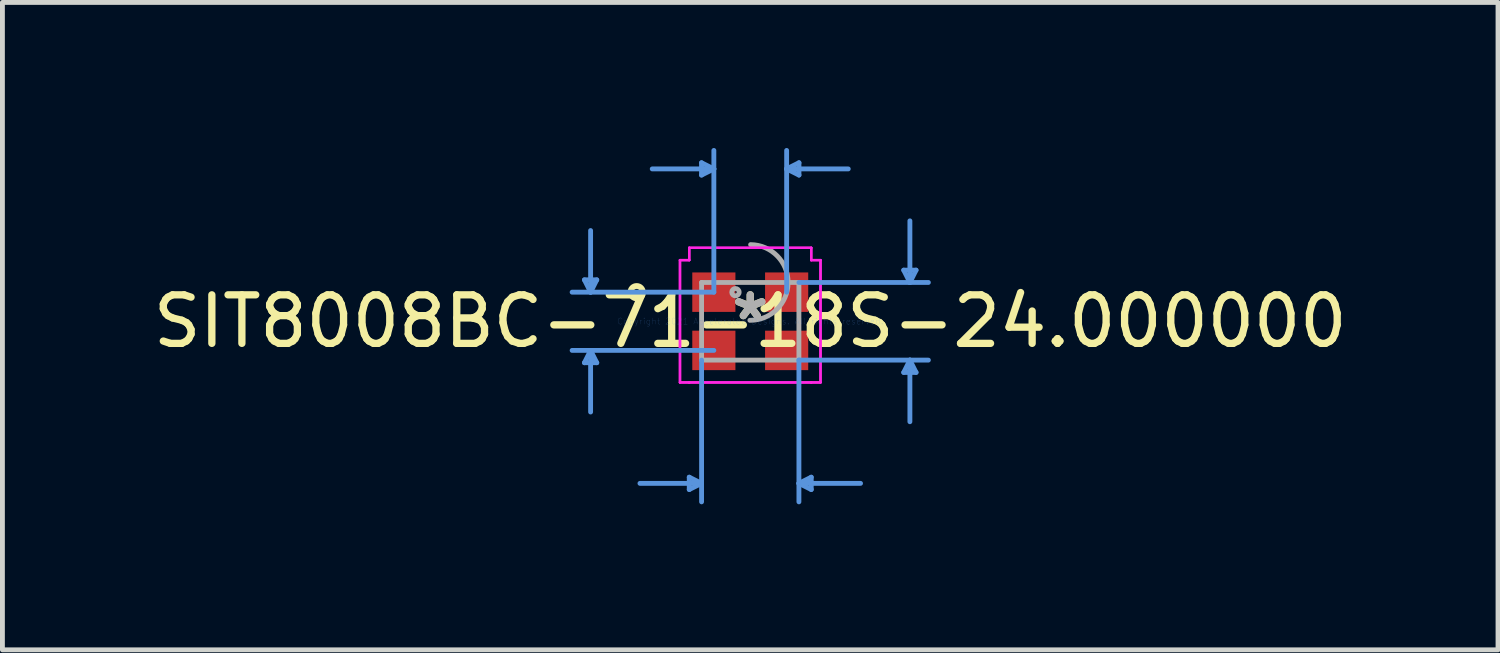
<source format=kicad_pcb>
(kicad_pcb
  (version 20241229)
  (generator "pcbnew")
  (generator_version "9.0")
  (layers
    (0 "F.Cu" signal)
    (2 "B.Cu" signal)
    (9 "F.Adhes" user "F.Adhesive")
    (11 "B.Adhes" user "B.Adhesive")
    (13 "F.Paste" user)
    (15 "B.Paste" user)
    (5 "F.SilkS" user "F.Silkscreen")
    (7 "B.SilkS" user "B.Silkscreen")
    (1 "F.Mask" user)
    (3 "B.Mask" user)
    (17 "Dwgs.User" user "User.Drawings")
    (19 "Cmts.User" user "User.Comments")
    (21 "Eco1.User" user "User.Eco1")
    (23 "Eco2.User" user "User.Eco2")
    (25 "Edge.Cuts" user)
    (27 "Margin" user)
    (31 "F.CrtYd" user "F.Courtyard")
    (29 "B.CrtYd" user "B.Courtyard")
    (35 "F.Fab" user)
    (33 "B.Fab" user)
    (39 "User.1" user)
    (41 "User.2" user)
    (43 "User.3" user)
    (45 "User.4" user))
  (footprint "SIT8008BC-71-18S-24.000000"
    (layer "F.Cu")
    (at 12.411 3.571)
    (property "Reference" "SIT8008BC-71-18S-24.000000" (at 0 0 0) (layer "F.SilkS") (effects (font (size 1 1) (thickness 0.15))))
    (attr through_hole)
    (fp_circle (center -2.341 -0.6) (end -2.214 -0.6) (stroke (width 0.12) (type solid)) (fill no) (layer "F.SilkS"))
    (fp_line (start -3.417 -0.854) (end -3.163 -0.854) (stroke (width 0.1) (type solid)) (layer "Cmts.User"))
    (fp_line (start -3.417 0.854) (end -3.163 0.854) (stroke (width 0.1) (type solid)) (layer "Cmts.User"))
    (fp_line (start -3.29 -0.6) (end -3.417 -0.854) (stroke (width 0.1) (type solid)) (layer "Cmts.User"))
    (fp_line (start -3.29 -0.6) (end -3.29 -1.87) (stroke (width 0.1) (type solid)) (layer "Cmts.User"))
    (fp_line (start -3.29 -0.6) (end -3.163 -0.854) (stroke (width 0.1) (type solid)) (layer "Cmts.User"))
    (fp_line (start -3.29 0.6) (end -3.417 0.854) (stroke (width 0.1) (type solid)) (layer "Cmts.User"))
    (fp_line (start -3.29 0.6) (end -3.29 1.87) (stroke (width 0.1) (type solid)) (layer "Cmts.User"))
    (fp_line (start -3.29 0.6) (end -3.163 0.854) (stroke (width 0.1) (type solid)) (layer "Cmts.User"))
    (fp_line (start -1.257 3.213) (end -1.257 3.467) (stroke (width 0.1) (type solid)) (layer "Cmts.User"))
    (fp_line (start -1.004 -3.267) (end -1.004 -3.013) (stroke (width 0.1) (type solid)) (layer "Cmts.User"))
    (fp_line (start -1.003 0.8) (end -1.003 3.721) (stroke (width 0.1) (type solid)) (layer "Cmts.User"))
    (fp_line (start -1.003 3.34) (end -2.273 3.34) (stroke (width 0.1) (type solid)) (layer "Cmts.User"))
    (fp_line (start -1.003 3.34) (end -1.257 3.213) (stroke (width 0.1) (type solid)) (layer "Cmts.User"))
    (fp_line (start -1.003 3.34) (end -1.257 3.467) (stroke (width 0.1) (type solid)) (layer "Cmts.User"))
    (fp_line (start -0.75 -3.14) (end -2.02 -3.14) (stroke (width 0.1) (type solid)) (layer "Cmts.User"))
    (fp_line (start -0.75 -3.14) (end -1.004 -3.267) (stroke (width 0.1) (type solid)) (layer "Cmts.User"))
    (fp_line (start -0.75 -3.14) (end -1.004 -3.013) (stroke (width 0.1) (type solid)) (layer "Cmts.User"))
    (fp_line (start -0.75 -0.6) (end -3.671 -0.6) (stroke (width 0.1) (type solid)) (layer "Cmts.User"))
    (fp_line (start -0.75 -0.6) (end -0.75 -3.521) (stroke (width 0.1) (type solid)) (layer "Cmts.User"))
    (fp_line (start -0.75 0.6) (end -3.671 0.6) (stroke (width 0.1) (type solid)) (layer "Cmts.User"))
    (fp_line (start 0.75 -3.14) (end 1.004 -3.267) (stroke (width 0.1) (type solid)) (layer "Cmts.User"))
    (fp_line (start 0.75 -3.14) (end 1.004 -3.013) (stroke (width 0.1) (type solid)) (layer "Cmts.User"))
    (fp_line (start 0.75 -3.14) (end 2.02 -3.14) (stroke (width 0.1) (type solid)) (layer "Cmts.User"))
    (fp_line (start 0.75 -0.6) (end 0.75 -3.521) (stroke (width 0.1) (type solid)) (layer "Cmts.User"))
    (fp_line (start 1.003 -0.8) (end 3.671 -0.8) (stroke (width 0.1) (type solid)) (layer "Cmts.User"))
    (fp_line (start 1.003 0.8) (end 1.003 3.721) (stroke (width 0.1) (type solid)) (layer "Cmts.User"))
    (fp_line (start 1.003 0.8) (end 3.671 0.8) (stroke (width 0.1) (type solid)) (layer "Cmts.User"))
    (fp_line (start 1.003 3.34) (end 1.257 3.213) (stroke (width 0.1) (type solid)) (layer "Cmts.User"))
    (fp_line (start 1.003 3.34) (end 1.257 3.467) (stroke (width 0.1) (type solid)) (layer "Cmts.User"))
    (fp_line (start 1.003 3.34) (end 2.273 3.34) (stroke (width 0.1) (type solid)) (layer "Cmts.User"))
    (fp_line (start 1.004 -3.267) (end 1.004 -3.013) (stroke (width 0.1) (type solid)) (layer "Cmts.User"))
    (fp_line (start 1.257 3.213) (end 1.257 3.467) (stroke (width 0.1) (type solid)) (layer "Cmts.User"))
    (fp_line (start 3.163 -1.054) (end 3.417 -1.054) (stroke (width 0.1) (type solid)) (layer "Cmts.User"))
    (fp_line (start 3.163 1.054) (end 3.417 1.054) (stroke (width 0.1) (type solid)) (layer "Cmts.User"))
    (fp_line (start 3.29 -0.8) (end 3.163 -1.054) (stroke (width 0.1) (type solid)) (layer "Cmts.User"))
    (fp_line (start 3.29 -0.8) (end 3.29 -2.07) (stroke (width 0.1) (type solid)) (layer "Cmts.User"))
    (fp_line (start 3.29 -0.8) (end 3.417 -1.054) (stroke (width 0.1) (type solid)) (layer "Cmts.User"))
    (fp_line (start 3.29 0.8) (end 3.163 1.054) (stroke (width 0.1) (type solid)) (layer "Cmts.User"))
    (fp_line (start 3.29 0.8) (end 3.29 2.07) (stroke (width 0.1) (type solid)) (layer "Cmts.User"))
    (fp_line (start 3.29 0.8) (end 3.417 1.054) (stroke (width 0.1) (type solid)) (layer "Cmts.User"))
    (fp_line (start -1.448 -1.26) (end -1.257 -1.26) (stroke (width 0.05) (type solid)) (layer "F.CrtYd"))
    (fp_line (start -1.448 -1.26) (end -1.257 -1.26) (stroke (width 0.05) (type solid)) (layer "F.CrtYd"))
    (fp_line (start -1.448 1.26) (end -1.448 -1.26) (stroke (width 0.05) (type solid)) (layer "F.CrtYd"))
    (fp_line (start -1.448 1.26) (end -1.448 -1.26) (stroke (width 0.05) (type solid)) (layer "F.CrtYd"))
    (fp_line (start -1.448 1.26) (end -1.257 1.26) (stroke (width 0.05) (type solid)) (layer "F.CrtYd"))
    (fp_line (start -1.257 -1.514) (end 1.257 -1.514) (stroke (width 0.05) (type solid)) (layer "F.CrtYd"))
    (fp_line (start -1.257 -1.514) (end 1.257 -1.514) (stroke (width 0.05) (type solid)) (layer "F.CrtYd"))
    (fp_line (start -1.257 -1.26) (end -1.257 -1.514) (stroke (width 0.05) (type solid)) (layer "F.CrtYd"))
    (fp_line (start -1.257 -1.26) (end -1.257 -1.514) (stroke (width 0.05) (type solid)) (layer "F.CrtYd"))
    (fp_line (start -1.257 1.26) (end -1.448 1.26) (stroke (width 0.05) (type solid)) (layer "F.CrtYd"))
    (fp_line (start -1.257 1.26) (end -1.257 1.26) (stroke (width 0.05) (type solid)) (layer "F.CrtYd"))
    (fp_line (start -1.257 1.26) (end -1.257 1.26) (stroke (width 0.05) (type solid)) (layer "F.CrtYd"))
    (fp_line (start 1.257 -1.514) (end 1.257 -1.26) (stroke (width 0.05) (type solid)) (layer "F.CrtYd"))
    (fp_line (start 1.257 -1.514) (end 1.257 -1.26) (stroke (width 0.05) (type solid)) (layer "F.CrtYd"))
    (fp_line (start 1.257 -1.26) (end 1.448 -1.26) (stroke (width 0.05) (type solid)) (layer "F.CrtYd"))
    (fp_line (start 1.257 1.26) (end -1.257 1.26) (stroke (width 0.05) (type solid)) (layer "F.CrtYd"))
    (fp_line (start 1.257 1.26) (end -1.257 1.26) (stroke (width 0.05) (type solid)) (layer "F.CrtYd"))
    (fp_line (start 1.257 1.26) (end 1.257 1.26) (stroke (width 0.05) (type solid)) (layer "F.CrtYd"))
    (fp_line (start 1.257 1.26) (end 1.257 1.26) (stroke (width 0.05) (type solid)) (layer "F.CrtYd"))
    (fp_line (start 1.448 -1.26) (end 1.257 -1.26) (stroke (width 0.05) (type solid)) (layer "F.CrtYd"))
    (fp_line (start 1.448 -1.26) (end 1.448 1.26) (stroke (width 0.05) (type solid)) (layer "F.CrtYd"))
    (fp_line (start 1.448 -1.26) (end 1.448 1.26) (stroke (width 0.05) (type solid)) (layer "F.CrtYd"))
    (fp_line (start 1.448 1.26) (end 1.257 1.26) (stroke (width 0.05) (type solid)) (layer "F.CrtYd"))
    (fp_line (start 1.448 1.26) (end 1.257 1.26) (stroke (width 0.05) (type solid)) (layer "F.CrtYd"))
    (fp_line (start -1.003 -0.8) (end -1.003 0.8) (stroke (width 0.1) (type solid)) (layer "F.Fab"))
    (fp_line (start -1.003 0.8) (end 1.003 0.8) (stroke (width 0.1) (type solid)) (layer "F.Fab"))
    (fp_line (start 1.003 -0.8) (end -1.003 -0.8) (stroke (width 0.1) (type solid)) (layer "F.Fab"))
    (fp_line (start 1.003 0.8) (end 1.003 -0.8) (stroke (width 0.1) (type solid)) (layer "F.Fab"))
    (fp_arc (start 0.007742 -1.579878) (mid 0.779778 -0.792358) (end -0.007742 -0.020322) (stroke (width 0.1) (type solid)) (layer "F.Fab"))
    (fp_circle (center -0.305 -0.6) (end -0.229 -0.6) (stroke (width 0.1) (type solid)) (fill no) (layer "F.Fab"))
    (fp_text user "*" (at 0 0 0) (layer "F.SilkS") (effects (font (size 1 1) (thickness 0.15))))
    (fp_text user "Copyright 2021 Accelerated Designs. All rights reserved." (at 0 0 0) (layer "Cmts.User") (effects (font (size 0.127 0.127) (thickness 0.002))))
    (fp_text user "*" (at 0 0 0) (layer "F.Fab") (effects (font (size 1 1) (thickness 0.15))))
    (pad "1" smd rect (at -0.75 -0.6) (size 0.889 0.813) (layers "F.Cu" "F.Mask" "F.Paste"))
    (pad "2" smd rect (at -0.75 0.6) (size 0.889 0.813) (layers "F.Cu" "F.Mask" "F.Paste"))
    (pad "3" smd rect (at 0.75 0.6) (size 0.889 0.813) (layers "F.Cu" "F.Mask" "F.Paste"))
    (pad "4" smd rect (at 0.75 -0.6) (size 0.889 0.813) (layers "F.Cu" "F.Mask" "F.Paste")))
  (gr_rect
    (start -3 -3)
    (end 27.821 10.342)
    (stroke (width 0.1) (type default))
    (fill no)
    (layer "Edge.Cuts")))
</source>
